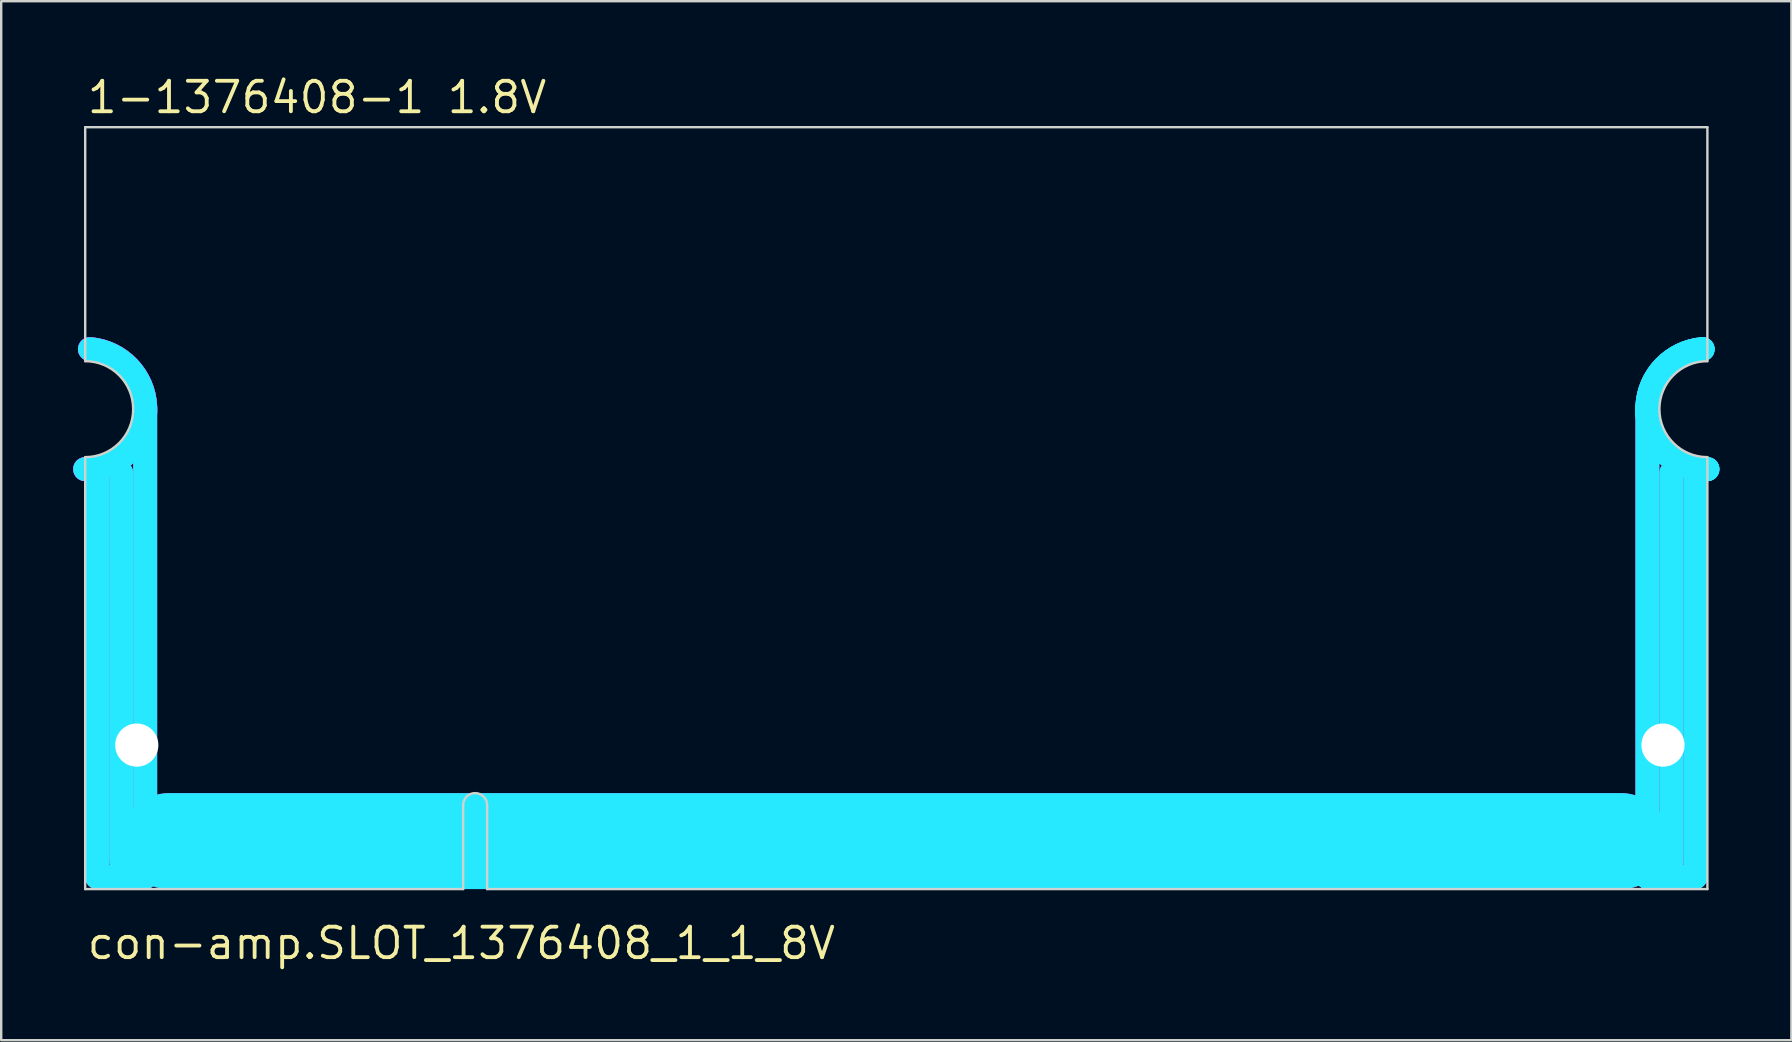
<source format=kicad_pcb>
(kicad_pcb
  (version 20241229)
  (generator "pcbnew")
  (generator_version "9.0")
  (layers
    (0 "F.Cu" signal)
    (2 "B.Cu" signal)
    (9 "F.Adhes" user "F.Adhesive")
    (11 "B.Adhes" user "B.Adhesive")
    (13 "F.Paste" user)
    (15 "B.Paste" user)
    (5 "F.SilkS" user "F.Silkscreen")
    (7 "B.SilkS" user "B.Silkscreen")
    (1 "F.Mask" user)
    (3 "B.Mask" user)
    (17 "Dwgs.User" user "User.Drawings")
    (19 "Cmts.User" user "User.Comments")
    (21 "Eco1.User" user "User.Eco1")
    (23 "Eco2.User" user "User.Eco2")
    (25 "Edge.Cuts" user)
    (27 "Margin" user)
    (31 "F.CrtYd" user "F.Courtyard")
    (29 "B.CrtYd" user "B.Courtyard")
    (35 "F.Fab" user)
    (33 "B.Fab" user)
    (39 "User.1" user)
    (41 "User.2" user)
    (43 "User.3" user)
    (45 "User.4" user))
  (footprint "con-amp.SLOT_1376408_1_1_8V"
    (layer "F.Cu")
    (at 0.5 34)
    (property "Reference" "con-amp.SLOT_1376408_1_1_8V" (at 0 3 0) (layer "F.SilkS") (effects (font (size 1.27 1.27) (thickness 0.16)) (justify left bottom)))
    (attr smd)
    (fp_line (start 1.5 1.25) (end 66.75 1.25) (stroke (width 0.4) (type default)) (layer "F.Mask"))
    (fp_line (start 2.15 -2.35) (end 2.15 1.15) (stroke (width 0.45) (type default)) (layer "F.Mask"))
    (fp_line (start 2.75 -2.35) (end 2.75 1.15) (stroke (width 0.45) (type default)) (layer "F.Mask"))
    (fp_line (start 3.35 -2.35) (end 3.35 1.15) (stroke (width 0.45) (type default)) (layer "F.Mask"))
    (fp_line (start 3.95 -2.35) (end 3.95 1.15) (stroke (width 0.45) (type default)) (layer "F.Mask"))
    (fp_line (start 4.55 -2.35) (end 4.55 1.15) (stroke (width 0.45) (type default)) (layer "F.Mask"))
    (fp_line (start 5.15 -2.35) (end 5.15 1.15) (stroke (width 0.45) (type default)) (layer "F.Mask"))
    (fp_line (start 5.75 -2.35) (end 5.75 1.15) (stroke (width 0.45) (type default)) (layer "F.Mask"))
    (fp_line (start 6.35 -2.35) (end 6.35 1.15) (stroke (width 0.45) (type default)) (layer "F.Mask"))
    (fp_line (start 6.95 -2.35) (end 6.95 1.15) (stroke (width 0.45) (type default)) (layer "F.Mask"))
    (fp_line (start 7.55 -2.35) (end 7.55 1.15) (stroke (width 0.45) (type default)) (layer "F.Mask"))
    (fp_line (start 8.15 -2.35) (end 8.15 1.15) (stroke (width 0.45) (type default)) (layer "F.Mask"))
    (fp_line (start 8.75 -2.35) (end 8.75 1.15) (stroke (width 0.45) (type default)) (layer "F.Mask"))
    (fp_line (start 9.35 -2.35) (end 9.35 1.15) (stroke (width 0.45) (type default)) (layer "F.Mask"))
    (fp_line (start 9.95 -2.35) (end 9.95 1.15) (stroke (width 0.45) (type default)) (layer "F.Mask"))
    (fp_line (start 10.55 -2.35) (end 10.55 1.15) (stroke (width 0.45) (type default)) (layer "F.Mask"))
    (fp_line (start 11.15 -2.35) (end 11.15 1.15) (stroke (width 0.45) (type default)) (layer "F.Mask"))
    (fp_line (start 11.75 -2.35) (end 11.75 1.15) (stroke (width 0.45) (type default)) (layer "F.Mask"))
    (fp_line (start 12.35 -2.35) (end 12.35 1.15) (stroke (width 0.45) (type default)) (layer "F.Mask"))
    (fp_line (start 12.95 -2.35) (end 12.95 1.15) (stroke (width 0.45) (type default)) (layer "F.Mask"))
    (fp_line (start 13.55 -2.35) (end 13.55 1.15) (stroke (width 0.45) (type default)) (layer "F.Mask"))
    (fp_line (start 17.75 -2.35) (end 17.75 1.15) (stroke (width 0.45) (type default)) (layer "F.Mask"))
    (fp_line (start 18.35 -2.35) (end 18.35 1.15) (stroke (width 0.45) (type default)) (layer "F.Mask"))
    (fp_line (start 18.95 -2.35) (end 18.95 1.15) (stroke (width 0.45) (type default)) (layer "F.Mask"))
    (fp_line (start 19.55 -2.35) (end 19.55 1.15) (stroke (width 0.45) (type default)) (layer "F.Mask"))
    (fp_line (start 20.15 -2.35) (end 20.15 1.15) (stroke (width 0.45) (type default)) (layer "F.Mask"))
    (fp_line (start 20.75 -2.35) (end 20.75 1.15) (stroke (width 0.45) (type default)) (layer "F.Mask"))
    (fp_line (start 21.35 -2.35) (end 21.35 1.15) (stroke (width 0.45) (type default)) (layer "F.Mask"))
    (fp_line (start 21.95 -2.35) (end 21.95 1.15) (stroke (width 0.45) (type default)) (layer "F.Mask"))
    (fp_line (start 22.55 -2.35) (end 22.55 1.15) (stroke (width 0.45) (type default)) (layer "F.Mask"))
    (fp_line (start 23.15 -2.35) (end 23.15 1.15) (stroke (width 0.45) (type default)) (layer "F.Mask"))
    (fp_line (start 23.75 -2.35) (end 23.75 1.15) (stroke (width 0.45) (type default)) (layer "F.Mask"))
    (fp_line (start 24.35 -2.35) (end 24.35 1.15) (stroke (width 0.45) (type default)) (layer "F.Mask"))
    (fp_line (start 24.95 -2.35) (end 24.95 1.15) (stroke (width 0.45) (type default)) (layer "F.Mask"))
    (fp_line (start 25.55 -2.35) (end 25.55 1.15) (stroke (width 0.45) (type default)) (layer "F.Mask"))
    (fp_line (start 26.15 -2.35) (end 26.15 1.15) (stroke (width 0.45) (type default)) (layer "F.Mask"))
    (fp_line (start 26.75 -2.35) (end 26.75 1.15) (stroke (width 0.45) (type default)) (layer "F.Mask"))
    (fp_line (start 27.35 -2.35) (end 27.35 1.15) (stroke (width 0.45) (type default)) (layer "F.Mask"))
    (fp_line (start 27.95 -2.35) (end 27.95 1.15) (stroke (width 0.45) (type default)) (layer "F.Mask"))
    (fp_line (start 28.55 -2.35) (end 28.55 1.15) (stroke (width 0.45) (type default)) (layer "F.Mask"))
    (fp_line (start 29.15 -2.35) (end 29.15 1.15) (stroke (width 0.45) (type default)) (layer "F.Mask"))
    (fp_line (start 29.75 -2.35) (end 29.75 1.15) (stroke (width 0.45) (type default)) (layer "F.Mask"))
    (fp_line (start 30.35 -2.35) (end 30.35 1.15) (stroke (width 0.45) (type default)) (layer "F.Mask"))
    (fp_line (start 30.95 -2.35) (end 30.95 1.15) (stroke (width 0.45) (type default)) (layer "F.Mask"))
    (fp_line (start 31.55 -2.35) (end 31.55 1.15) (stroke (width 0.45) (type default)) (layer "F.Mask"))
    (fp_line (start 32.15 -2.35) (end 32.15 1.15) (stroke (width 0.45) (type default)) (layer "F.Mask"))
    (fp_line (start 32.75 -2.35) (end 32.75 1.15) (stroke (width 0.45) (type default)) (layer "F.Mask"))
    (fp_line (start 33.35 -2.35) (end 33.35 1.15) (stroke (width 0.45) (type default)) (layer "F.Mask"))
    (fp_line (start 33.95 -2.35) (end 33.95 1.15) (stroke (width 0.45) (type default)) (layer "F.Mask"))
    (fp_line (start 34.55 -2.35) (end 34.55 1.15) (stroke (width 0.45) (type default)) (layer "F.Mask"))
    (fp_line (start 35.15 -2.35) (end 35.15 1.15) (stroke (width 0.45) (type default)) (layer "F.Mask"))
    (fp_line (start 35.75 -2.35) (end 35.75 1.15) (stroke (width 0.45) (type default)) (layer "F.Mask"))
    (fp_line (start 36.35 -2.35) (end 36.35 1.15) (stroke (width 0.45) (type default)) (layer "F.Mask"))
    (fp_line (start 36.95 -2.35) (end 36.95 1.15) (stroke (width 0.45) (type default)) (layer "F.Mask"))
    (fp_line (start 37.55 -2.35) (end 37.55 1.15) (stroke (width 0.45) (type default)) (layer "F.Mask"))
    (fp_line (start 38.15 -2.35) (end 38.15 1.15) (stroke (width 0.45) (type default)) (layer "F.Mask"))
    (fp_line (start 38.75 -2.35) (end 38.75 1.15) (stroke (width 0.45) (type default)) (layer "F.Mask"))
    (fp_line (start 39.35 -2.35) (end 39.35 1.15) (stroke (width 0.45) (type default)) (layer "F.Mask"))
    (fp_line (start 39.95 -2.35) (end 39.95 1.15) (stroke (width 0.45) (type default)) (layer "F.Mask"))
    (fp_line (start 40.55 -2.35) (end 40.55 1.15) (stroke (width 0.45) (type default)) (layer "F.Mask"))
    (fp_line (start 41.15 -2.35) (end 41.15 1.15) (stroke (width 0.45) (type default)) (layer "F.Mask"))
    (fp_line (start 41.75 -2.35) (end 41.75 1.15) (stroke (width 0.45) (type default)) (layer "F.Mask"))
    (fp_line (start 42.35 -2.35) (end 42.35 1.15) (stroke (width 0.45) (type default)) (layer "F.Mask"))
    (fp_line (start 42.95 -2.35) (end 42.95 1.15) (stroke (width 0.45) (type default)) (layer "F.Mask"))
    (fp_line (start 43.55 -2.35) (end 43.55 1.15) (stroke (width 0.45) (type default)) (layer "F.Mask"))
    (fp_line (start 44.15 -2.35) (end 44.15 1.15) (stroke (width 0.45) (type default)) (layer "F.Mask"))
    (fp_line (start 44.75 -2.35) (end 44.75 1.15) (stroke (width 0.45) (type default)) (layer "F.Mask"))
    (fp_line (start 45.35 -2.35) (end 45.35 1.15) (stroke (width 0.45) (type default)) (layer "F.Mask"))
    (fp_line (start 45.95 -2.35) (end 45.95 1.15) (stroke (width 0.45) (type default)) (layer "F.Mask"))
    (fp_line (start 46.55 -2.35) (end 46.55 1.15) (stroke (width 0.45) (type default)) (layer "F.Mask"))
    (fp_line (start 47.15 -2.35) (end 47.15 1.15) (stroke (width 0.45) (type default)) (layer "F.Mask"))
    (fp_line (start 47.75 -2.35) (end 47.75 1.15) (stroke (width 0.45) (type default)) (layer "F.Mask"))
    (fp_line (start 48.35 -2.35) (end 48.35 1.15) (stroke (width 0.45) (type default)) (layer "F.Mask"))
    (fp_line (start 48.95 -2.35) (end 48.95 1.15) (stroke (width 0.45) (type default)) (layer "F.Mask"))
    (fp_line (start 49.55 -2.35) (end 49.55 1.15) (stroke (width 0.45) (type default)) (layer "F.Mask"))
    (fp_line (start 50.15 -2.35) (end 50.15 1.15) (stroke (width 0.45) (type default)) (layer "F.Mask"))
    (fp_line (start 50.75 -2.35) (end 50.75 1.15) (stroke (width 0.45) (type default)) (layer "F.Mask"))
    (fp_line (start 51.35 -2.35) (end 51.35 1.15) (stroke (width 0.45) (type default)) (layer "F.Mask"))
    (fp_line (start 51.95 -2.35) (end 51.95 1.15) (stroke (width 0.45) (type default)) (layer "F.Mask"))
    (fp_line (start 52.55 -2.35) (end 52.55 1.15) (stroke (width 0.45) (type default)) (layer "F.Mask"))
    (fp_line (start 53.15 -2.35) (end 53.15 1.15) (stroke (width 0.45) (type default)) (layer "F.Mask"))
    (fp_line (start 53.75 -2.35) (end 53.75 1.15) (stroke (width 0.45) (type default)) (layer "F.Mask"))
    (fp_line (start 54.35 -2.35) (end 54.35 1.15) (stroke (width 0.45) (type default)) (layer "F.Mask"))
    (fp_line (start 54.95 -2.35) (end 54.95 1.15) (stroke (width 0.45) (type default)) (layer "F.Mask"))
    (fp_line (start 55.55 -2.35) (end 55.55 1.15) (stroke (width 0.45) (type default)) (layer "F.Mask"))
    (fp_line (start 56.15 -2.35) (end 56.15 1.15) (stroke (width 0.45) (type default)) (layer "F.Mask"))
    (fp_line (start 56.75 -2.35) (end 56.75 1.15) (stroke (width 0.45) (type default)) (layer "F.Mask"))
    (fp_line (start 57.35 -2.35) (end 57.35 1.15) (stroke (width 0.45) (type default)) (layer "F.Mask"))
    (fp_line (start 57.95 -2.35) (end 57.95 1.15) (stroke (width 0.45) (type default)) (layer "F.Mask"))
    (fp_line (start 58.55 -2.35) (end 58.55 1.15) (stroke (width 0.45) (type default)) (layer "F.Mask"))
    (fp_line (start 59.15 -2.35) (end 59.15 1.15) (stroke (width 0.45) (type default)) (layer "F.Mask"))
    (fp_line (start 59.75 -2.35) (end 59.75 1.15) (stroke (width 0.45) (type default)) (layer "F.Mask"))
    (fp_line (start 60.35 -2.35) (end 60.35 1.15) (stroke (width 0.45) (type default)) (layer "F.Mask"))
    (fp_line (start 60.95 -2.35) (end 60.95 1.15) (stroke (width 0.45) (type default)) (layer "F.Mask"))
    (fp_line (start 61.55 -2.35) (end 61.55 1.15) (stroke (width 0.45) (type default)) (layer "F.Mask"))
    (fp_line (start 62.15 -2.35) (end 62.15 1.15) (stroke (width 0.45) (type default)) (layer "F.Mask"))
    (fp_line (start 62.75 -2.35) (end 62.75 1.15) (stroke (width 0.45) (type default)) (layer "F.Mask"))
    (fp_line (start 63.35 -2.35) (end 63.35 1.15) (stroke (width 0.45) (type default)) (layer "F.Mask"))
    (fp_line (start 63.95 -2.35) (end 63.95 1.15) (stroke (width 0.45) (type default)) (layer "F.Mask"))
    (fp_line (start 64.55 -2.35) (end 64.55 1.15) (stroke (width 0.45) (type default)) (layer "F.Mask"))
    (fp_line (start 65.15 -2.35) (end 65.15 1.15) (stroke (width 0.45) (type default)) (layer "F.Mask"))
    (fp_line (start 2.15 1.15) (end 2.15 -2.35) (stroke (width 0.45) (type default)) (layer "B.Mask"))
    (fp_line (start 2.75 1.15) (end 2.75 -2.35) (stroke (width 0.45) (type default)) (layer "B.Mask"))
    (fp_line (start 3.35 1.15) (end 3.35 -2.35) (stroke (width 0.45) (type default)) (layer "B.Mask"))
    (fp_line (start 3.95 1.15) (end 3.95 -2.35) (stroke (width 0.45) (type default)) (layer "B.Mask"))
    (fp_line (start 4.55 1.15) (end 4.55 -2.35) (stroke (width 0.45) (type default)) (layer "B.Mask"))
    (fp_line (start 5.15 1.15) (end 5.15 -2.35) (stroke (width 0.45) (type default)) (layer "B.Mask"))
    (fp_line (start 5.75 1.15) (end 5.75 -2.35) (stroke (width 0.45) (type default)) (layer "B.Mask"))
    (fp_line (start 6.35 1.15) (end 6.35 -2.35) (stroke (width 0.45) (type default)) (layer "B.Mask"))
    (fp_line (start 6.95 1.15) (end 6.95 -2.35) (stroke (width 0.45) (type default)) (layer "B.Mask"))
    (fp_line (start 7.55 1.15) (end 7.55 -2.35) (stroke (width 0.45) (type default)) (layer "B.Mask"))
    (fp_line (start 8.15 1.15) (end 8.15 -2.35) (stroke (width 0.45) (type default)) (layer "B.Mask"))
    (fp_line (start 8.75 1.15) (end 8.75 -2.35) (stroke (width 0.45) (type default)) (layer "B.Mask"))
    (fp_line (start 9.35 1.15) (end 9.35 -2.35) (stroke (width 0.45) (type default)) (layer "B.Mask"))
    (fp_line (start 9.95 1.15) (end 9.95 -2.35) (stroke (width 0.45) (type default)) (layer "B.Mask"))
    (fp_line (start 10.55 1.15) (end 10.55 -2.35) (stroke (width 0.45) (type default)) (layer "B.Mask"))
    (fp_line (start 11.15 1.15) (end 11.15 -2.35) (stroke (width 0.45) (type default)) (layer "B.Mask"))
    (fp_line (start 11.75 1.15) (end 11.75 -2.35) (stroke (width 0.45) (type default)) (layer "B.Mask"))
    (fp_line (start 12.35 1.15) (end 12.35 -2.35) (stroke (width 0.45) (type default)) (layer "B.Mask"))
    (fp_line (start 12.95 1.15) (end 12.95 -2.35) (stroke (width 0.45) (type default)) (layer "B.Mask"))
    (fp_line (start 13.55 1.15) (end 13.55 -2.35) (stroke (width 0.45) (type default)) (layer "B.Mask"))
    (fp_line (start 17.75 1.15) (end 17.75 -2.35) (stroke (width 0.45) (type default)) (layer "B.Mask"))
    (fp_line (start 18.35 1.15) (end 18.35 -2.35) (stroke (width 0.45) (type default)) (layer "B.Mask"))
    (fp_line (start 18.95 1.15) (end 18.95 -2.35) (stroke (width 0.45) (type default)) (layer "B.Mask"))
    (fp_line (start 19.55 1.15) (end 19.55 -2.35) (stroke (width 0.45) (type default)) (layer "B.Mask"))
    (fp_line (start 20.15 1.15) (end 20.15 -2.35) (stroke (width 0.45) (type default)) (layer "B.Mask"))
    (fp_line (start 20.75 1.15) (end 20.75 -2.35) (stroke (width 0.45) (type default)) (layer "B.Mask"))
    (fp_line (start 21.35 1.15) (end 21.35 -2.35) (stroke (width 0.45) (type default)) (layer "B.Mask"))
    (fp_line (start 21.95 1.15) (end 21.95 -2.35) (stroke (width 0.45) (type default)) (layer "B.Mask"))
    (fp_line (start 22.55 1.15) (end 22.55 -2.35) (stroke (width 0.45) (type default)) (layer "B.Mask"))
    (fp_line (start 23.15 1.15) (end 23.15 -2.35) (stroke (width 0.45) (type default)) (layer "B.Mask"))
    (fp_line (start 23.75 1.15) (end 23.75 -2.35) (stroke (width 0.45) (type default)) (layer "B.Mask"))
    (fp_line (start 24.35 1.15) (end 24.35 -2.35) (stroke (width 0.45) (type default)) (layer "B.Mask"))
    (fp_line (start 24.95 1.15) (end 24.95 -2.35) (stroke (width 0.45) (type default)) (layer "B.Mask"))
    (fp_line (start 25.55 1.15) (end 25.55 -2.35) (stroke (width 0.45) (type default)) (layer "B.Mask"))
    (fp_line (start 26.15 1.15) (end 26.15 -2.35) (stroke (width 0.45) (type default)) (layer "B.Mask"))
    (fp_line (start 26.75 1.15) (end 26.75 -2.35) (stroke (width 0.45) (type default)) (layer "B.Mask"))
    (fp_line (start 27.35 1.15) (end 27.35 -2.35) (stroke (width 0.45) (type default)) (layer "B.Mask"))
    (fp_line (start 27.95 1.15) (end 27.95 -2.35) (stroke (width 0.45) (type default)) (layer "B.Mask"))
    (fp_line (start 28.55 1.15) (end 28.55 -2.35) (stroke (width 0.45) (type default)) (layer "B.Mask"))
    (fp_line (start 29.15 1.15) (end 29.15 -2.35) (stroke (width 0.45) (type default)) (layer "B.Mask"))
    (fp_line (start 29.75 1.15) (end 29.75 -2.35) (stroke (width 0.45) (type default)) (layer "B.Mask"))
    (fp_line (start 30.35 1.15) (end 30.35 -2.35) (stroke (width 0.45) (type default)) (layer "B.Mask"))
    (fp_line (start 30.95 1.15) (end 30.95 -2.35) (stroke (width 0.45) (type default)) (layer "B.Mask"))
    (fp_line (start 31.55 1.15) (end 31.55 -2.35) (stroke (width 0.45) (type default)) (layer "B.Mask"))
    (fp_line (start 32.15 1.15) (end 32.15 -2.35) (stroke (width 0.45) (type default)) (layer "B.Mask"))
    (fp_line (start 32.75 1.15) (end 32.75 -2.35) (stroke (width 0.45) (type default)) (layer "B.Mask"))
    (fp_line (start 33.35 1.15) (end 33.35 -2.35) (stroke (width 0.45) (type default)) (layer "B.Mask"))
    (fp_line (start 33.95 1.15) (end 33.95 -2.35) (stroke (width 0.45) (type default)) (layer "B.Mask"))
    (fp_line (start 34.55 1.15) (end 34.55 -2.35) (stroke (width 0.45) (type default)) (layer "B.Mask"))
    (fp_line (start 35.15 1.15) (end 35.15 -2.35) (stroke (width 0.45) (type default)) (layer "B.Mask"))
    (fp_line (start 35.75 1.15) (end 35.75 -2.35) (stroke (width 0.45) (type default)) (layer "B.Mask"))
    (fp_line (start 36.35 1.15) (end 36.35 -2.35) (stroke (width 0.45) (type default)) (layer "B.Mask"))
    (fp_line (start 36.95 1.15) (end 36.95 -2.35) (stroke (width 0.45) (type default)) (layer "B.Mask"))
    (fp_line (start 37.55 1.15) (end 37.55 -2.35) (stroke (width 0.45) (type default)) (layer "B.Mask"))
    (fp_line (start 38.15 1.15) (end 38.15 -2.35) (stroke (width 0.45) (type default)) (layer "B.Mask"))
    (fp_line (start 38.75 1.15) (end 38.75 -2.35) (stroke (width 0.45) (type default)) (layer "B.Mask"))
    (fp_line (start 39.35 1.15) (end 39.35 -2.35) (stroke (width 0.45) (type default)) (layer "B.Mask"))
    (fp_line (start 39.95 1.15) (end 39.95 -2.35) (stroke (width 0.45) (type default)) (layer "B.Mask"))
    (fp_line (start 40.55 1.15) (end 40.55 -2.35) (stroke (width 0.45) (type default)) (layer "B.Mask"))
    (fp_line (start 41.15 1.15) (end 41.15 -2.35) (stroke (width 0.45) (type default)) (layer "B.Mask"))
    (fp_line (start 41.75 1.15) (end 41.75 -2.35) (stroke (width 0.45) (type default)) (layer "B.Mask"))
    (fp_line (start 42.35 1.15) (end 42.35 -2.35) (stroke (width 0.45) (type default)) (layer "B.Mask"))
    (fp_line (start 42.95 1.15) (end 42.95 -2.35) (stroke (width 0.45) (type default)) (layer "B.Mask"))
    (fp_line (start 43.55 1.15) (end 43.55 -2.35) (stroke (width 0.45) (type default)) (layer "B.Mask"))
    (fp_line (start 44.15 1.15) (end 44.15 -2.35) (stroke (width 0.45) (type default)) (layer "B.Mask"))
    (fp_line (start 44.75 1.15) (end 44.75 -2.35) (stroke (width 0.45) (type default)) (layer "B.Mask"))
    (fp_line (start 45.35 1.15) (end 45.35 -2.35) (stroke (width 0.45) (type default)) (layer "B.Mask"))
    (fp_line (start 45.95 1.15) (end 45.95 -2.35) (stroke (width 0.45) (type default)) (layer "B.Mask"))
    (fp_line (start 46.55 1.15) (end 46.55 -2.35) (stroke (width 0.45) (type default)) (layer "B.Mask"))
    (fp_line (start 47.15 1.15) (end 47.15 -2.35) (stroke (width 0.45) (type default)) (layer "B.Mask"))
    (fp_line (start 47.75 1.15) (end 47.75 -2.35) (stroke (width 0.45) (type default)) (layer "B.Mask"))
    (fp_line (start 48.35 1.15) (end 48.35 -2.35) (stroke (width 0.45) (type default)) (layer "B.Mask"))
    (fp_line (start 48.95 1.15) (end 48.95 -2.35) (stroke (width 0.45) (type default)) (layer "B.Mask"))
    (fp_line (start 49.55 1.15) (end 49.55 -2.35) (stroke (width 0.45) (type default)) (layer "B.Mask"))
    (fp_line (start 50.15 1.15) (end 50.15 -2.35) (stroke (width 0.45) (type default)) (layer "B.Mask"))
    (fp_line (start 50.75 1.15) (end 50.75 -2.35) (stroke (width 0.45) (type default)) (layer "B.Mask"))
    (fp_line (start 51.35 1.15) (end 51.35 -2.35) (stroke (width 0.45) (type default)) (layer "B.Mask"))
    (fp_line (start 51.95 1.15) (end 51.95 -2.35) (stroke (width 0.45) (type default)) (layer "B.Mask"))
    (fp_line (start 52.55 1.15) (end 52.55 -2.35) (stroke (width 0.45) (type default)) (layer "B.Mask"))
    (fp_line (start 53.15 1.15) (end 53.15 -2.35) (stroke (width 0.45) (type default)) (layer "B.Mask"))
    (fp_line (start 53.75 1.15) (end 53.75 -2.35) (stroke (width 0.45) (type default)) (layer "B.Mask"))
    (fp_line (start 54.35 1.15) (end 54.35 -2.35) (stroke (width 0.45) (type default)) (layer "B.Mask"))
    (fp_line (start 54.95 1.15) (end 54.95 -2.35) (stroke (width 0.45) (type default)) (layer "B.Mask"))
    (fp_line (start 55.55 1.15) (end 55.55 -2.35) (stroke (width 0.45) (type default)) (layer "B.Mask"))
    (fp_line (start 56.15 1.15) (end 56.15 -2.35) (stroke (width 0.45) (type default)) (layer "B.Mask"))
    (fp_line (start 56.75 1.15) (end 56.75 -2.35) (stroke (width 0.45) (type default)) (layer "B.Mask"))
    (fp_line (start 57.35 1.15) (end 57.35 -2.35) (stroke (width 0.45) (type default)) (layer "B.Mask"))
    (fp_line (start 57.95 1.15) (end 57.95 -2.35) (stroke (width 0.45) (type default)) (layer "B.Mask"))
    (fp_line (start 58.55 1.15) (end 58.55 -2.35) (stroke (width 0.45) (type default)) (layer "B.Mask"))
    (fp_line (start 59.15 1.15) (end 59.15 -2.35) (stroke (width 0.45) (type default)) (layer "B.Mask"))
    (fp_line (start 59.75 1.15) (end 59.75 -2.35) (stroke (width 0.45) (type default)) (layer "B.Mask"))
    (fp_line (start 60.35 1.15) (end 60.35 -2.35) (stroke (width 0.45) (type default)) (layer "B.Mask"))
    (fp_line (start 60.95 1.15) (end 60.95 -2.35) (stroke (width 0.45) (type default)) (layer "B.Mask"))
    (fp_line (start 61.55 1.15) (end 61.55 -2.35) (stroke (width 0.45) (type default)) (layer "B.Mask"))
    (fp_line (start 62.15 1.15) (end 62.15 -2.35) (stroke (width 0.45) (type default)) (layer "B.Mask"))
    (fp_line (start 62.75 1.15) (end 62.75 -2.35) (stroke (width 0.45) (type default)) (layer "B.Mask"))
    (fp_line (start 63.35 1.15) (end 63.35 -2.35) (stroke (width 0.45) (type default)) (layer "B.Mask"))
    (fp_line (start 63.95 1.15) (end 63.95 -2.35) (stroke (width 0.45) (type default)) (layer "B.Mask"))
    (fp_line (start 64.55 1.15) (end 64.55 -2.35) (stroke (width 0.45) (type default)) (layer "B.Mask"))
    (fp_line (start 65.15 1.15) (end 65.15 -2.35) (stroke (width 0.45) (type default)) (layer "B.Mask"))
    (fp_line (start 66.75 1.25) (end 1.5 1.25) (stroke (width 0.4) (type default)) (layer "B.Mask"))
    (fp_line (start 0 -31.75) (end 0 -22) (stroke (width 0.1) (type default)) (layer "Edge.Cuts"))
    (fp_line (start 0 -31.75) (end 67.6 -31.75) (stroke (width 0.1) (type default)) (layer "Edge.Cuts"))
    (fp_line (start 0 -18) (end 0 0) (stroke (width 0.1) (type default)) (layer "Edge.Cuts"))
    (fp_line (start 15.75 0) (end 0 0) (stroke (width 0.1) (type default)) (layer "Edge.Cuts"))
    (fp_line (start 15.75 0) (end 15.75 -3.5) (stroke (width 0.1) (type default)) (layer "Edge.Cuts"))
    (fp_line (start 16.75 0) (end 16.75 -3.5) (stroke (width 0.1) (type default)) (layer "Edge.Cuts"))
    (fp_line (start 16.75 0) (end 67.6 0) (stroke (width 0.1) (type default)) (layer "Edge.Cuts"))
    (fp_line (start 67.6 -22) (end 67.6 -31.75) (stroke (width 0.1) (type default)) (layer "Edge.Cuts"))
    (fp_line (start 67.6 0) (end 67.6 -18) (stroke (width 0.1) (type default)) (layer "Edge.Cuts"))
    (fp_arc (start 0 -22) (mid 2 -20) (end 0 -18) (stroke (width 0.1) (type default)) (layer "Edge.Cuts"))
    (fp_arc (start 15.75 -3.5) (mid 16.25 -4) (end 16.75 -3.5) (stroke (width 0.1) (type default)) (layer "Edge.Cuts"))
    (fp_arc (start 67.6 -18) (mid 65.6 -20) (end 67.6 -22) (stroke (width 0.1) (type default)) (layer "Edge.Cuts"))
    (fp_line (start 0.5 -0.5) (end 0.5 -17.55) (stroke (width 1) (type default)) (layer "B.CrtYd"))
    (fp_line (start 1.5 -17.35) (end 1.5 -1.15) (stroke (width 1) (type default)) (layer "B.CrtYd"))
    (fp_line (start 2.5 -20) (end 2.5 -0.5) (stroke (width 1) (type default)) (layer "B.CrtYd"))
    (fp_line (start 2.5 -0.5) (end 0.5 -0.5) (stroke (width 1) (type default)) (layer "B.CrtYd"))
    (fp_line (start 64 -2) (end 3.5 -2) (stroke (width 4) (type default)) (layer "B.CrtYd"))
    (fp_line (start 65.1 -20) (end 65.1 -0.5) (stroke (width 1) (type default)) (layer "B.CrtYd"))
    (fp_line (start 65.1 -0.5) (end 67.1 -0.5) (stroke (width 1) (type default)) (layer "B.CrtYd"))
    (fp_line (start 66.1 -17.35) (end 66.1 -1.15) (stroke (width 1) (type default)) (layer "B.CrtYd"))
    (fp_line (start 67.1 -0.5) (end 67.1 -17.55) (stroke (width 1) (type default)) (layer "B.CrtYd"))
    (fp_arc (start 0.2 -22.5) (mid 1.802154 -21.733314) (end 2.5 -20.1) (stroke (width 1) (type default)) (layer "B.CrtYd"))
    (fp_arc (start 2.5 -20) (mid 1.7795 -18.2205) (end 0 -17.5) (stroke (width 1) (type default)) (layer "B.CrtYd"))
    (fp_arc (start 65.1 -20.1) (mid 65.797846 -21.733314) (end 67.4 -22.5) (stroke (width 1) (type default)) (layer "B.CrtYd"))
    (fp_arc (start 65.1 -20.1) (mid 65.797846 -21.733314) (end 67.4 -22.5) (stroke (width 1) (type default)) (layer "B.CrtYd"))
    (fp_arc (start 65.1 -20.1) (mid 65.797846 -21.733314) (end 67.4 -22.5) (stroke (width 1) (type default)) (layer "B.CrtYd"))
    (fp_arc (start 67.6 -17.5) (mid 65.8205 -18.2205) (end 65.1 -20) (stroke (width 1) (type default)) (layer "B.CrtYd"))
    (fp_arc (start 67.6 -17.5) (mid 65.8205 -18.2205) (end 65.1 -20) (stroke (width 1) (type default)) (layer "B.CrtYd"))
    (fp_arc (start 67.6 -17.5) (mid 65.8205 -18.2205) (end 65.1 -20) (stroke (width 1) (type default)) (layer "B.CrtYd"))
    (fp_line (start 0.5 -0.5) (end 0.5 -17.55) (stroke (width 1) (type default)) (layer "F.CrtYd"))
    (fp_line (start 1.5 -17.35) (end 1.5 -1.15) (stroke (width 1) (type default)) (layer "F.CrtYd"))
    (fp_line (start 2.5 -20) (end 2.5 -0.5) (stroke (width 1) (type default)) (layer "F.CrtYd"))
    (fp_line (start 2.5 -0.5) (end 0.5 -0.5) (stroke (width 1) (type default)) (layer "F.CrtYd"))
    (fp_line (start 3.5 -2) (end 64 -2) (stroke (width 4) (type default)) (layer "F.CrtYd"))
    (fp_line (start 65.1 -20) (end 65.1 -0.5) (stroke (width 1) (type default)) (layer "F.CrtYd"))
    (fp_line (start 65.1 -0.5) (end 67.1 -0.5) (stroke (width 1) (type default)) (layer "F.CrtYd"))
    (fp_line (start 66.1 -17.35) (end 66.1 -1.15) (stroke (width 1) (type default)) (layer "F.CrtYd"))
    (fp_line (start 67.1 -0.5) (end 67.1 -17.55) (stroke (width 1) (type default)) (layer "F.CrtYd"))
    (fp_arc (start 0.2 -22.5) (mid 1.802154 -21.733314) (end 2.5 -20.1) (stroke (width 1) (type default)) (layer "F.CrtYd"))
    (fp_arc (start 0.2 -22.5) (mid 1.802154 -21.733314) (end 2.5 -20.1) (stroke (width 1) (type default)) (layer "F.CrtYd"))
    (fp_arc (start 0.2 -22.5) (mid 1.802154 -21.733314) (end 2.5 -20.1) (stroke (width 1) (type default)) (layer "F.CrtYd"))
    (fp_arc (start 2.5 -20) (mid 1.7795 -18.2205) (end 0 -17.5) (stroke (width 1) (type default)) (layer "F.CrtYd"))
    (fp_arc (start 2.5 -20) (mid 1.7795 -18.2205) (end 0 -17.5) (stroke (width 1) (type default)) (layer "F.CrtYd"))
    (fp_arc (start 2.5 -20) (mid 1.7795 -18.2205) (end 0 -17.5) (stroke (width 1) (type default)) (layer "F.CrtYd"))
    (fp_arc (start 65.1 -20.1) (mid 65.797846 -21.733314) (end 67.4 -22.5) (stroke (width 1) (type default)) (layer "F.CrtYd"))
    (fp_arc (start 67.6 -17.5) (mid 65.8205 -18.2205) (end 65.1 -20) (stroke (width 1) (type default)) (layer "F.CrtYd"))
    (fp_text user "1-1376408-1 1.8V" (at 0 -32.25 0) (layer "F.SilkS") (effects (font (size 1.27 1.27) (thickness 0.16)) (justify left bottom)))
    (pad "" np_thru_hole circle (at 2.15 -6) (size 1.8 1.8) (drill 1.8) (layers "*.Cu" "*.Mask"))
    (pad "" np_thru_hole circle (at 65.75 -6) (size 1.8 1.8) (drill 1.8) (layers "*.Cu" "*.Mask"))
    (pad "1" smd roundrect (at 2.15 -1.4) (size 0.45 2.3) (layers "F.Cu" "F.Mask" "F.Paste") (roundrect_rratio 0.01))
    (pad "2" smd roundrect (at 2.15 -1.4 180) (size 0.45 2.3) (layers "B.Cu" "B.Mask" "B.Paste") (roundrect_rratio 0.01))
    (pad "3" smd roundrect (at 2.75 -1.4) (size 0.45 2.3) (layers "F.Cu" "F.Mask" "F.Paste") (roundrect_rratio 0.01))
    (pad "4" smd roundrect (at 2.75 -1.4 180) (size 0.45 2.3) (layers "B.Cu" "B.Mask" "B.Paste") (roundrect_rratio 0.01))
    (pad "5" smd roundrect (at 3.35 -1.4) (size 0.45 2.3) (layers "F.Cu" "F.Mask" "F.Paste") (roundrect_rratio 0.01))
    (pad "6" smd roundrect (at 3.35 -1.4 180) (size 0.45 2.3) (layers "B.Cu" "B.Mask" "B.Paste") (roundrect_rratio 0.01))
    (pad "7" smd roundrect (at 3.95 -1.4) (size 0.45 2.3) (layers "F.Cu" "F.Mask" "F.Paste") (roundrect_rratio 0.01))
    (pad "8" smd roundrect (at 3.95 -1.4 180) (size 0.45 2.3) (layers "B.Cu" "B.Mask" "B.Paste") (roundrect_rratio 0.01))
    (pad "9" smd roundrect (at 4.55 -1.4) (size 0.45 2.3) (layers "F.Cu" "F.Mask" "F.Paste") (roundrect_rratio 0.01))
    (pad "10" smd roundrect (at 4.55 -1.4 180) (size 0.45 2.3) (layers "B.Cu" "B.Mask" "B.Paste") (roundrect_rratio 0.01))
    (pad "11" smd roundrect (at 5.15 -1.4) (size 0.45 2.3) (layers "F.Cu" "F.Mask" "F.Paste") (roundrect_rratio 0.01))
    (pad "12" smd roundrect (at 5.15 -1.4 180) (size 0.45 2.3) (layers "B.Cu" "B.Mask" "B.Paste") (roundrect_rratio 0.01))
    (pad "13" smd roundrect (at 5.75 -1.4) (size 0.45 2.3) (layers "F.Cu" "F.Mask" "F.Paste") (roundrect_rratio 0.01))
    (pad "14" smd roundrect (at 5.75 -1.4 180) (size 0.45 2.3) (layers "B.Cu" "B.Mask" "B.Paste") (roundrect_rratio 0.01))
    (pad "15" smd roundrect (at 6.35 -1.4) (size 0.45 2.3) (layers "F.Cu" "F.Mask" "F.Paste") (roundrect_rratio 0.01))
    (pad "16" smd roundrect (at 6.35 -1.4 180) (size 0.45 2.3) (layers "B.Cu" "B.Mask" "B.Paste") (roundrect_rratio 0.01))
    (pad "17" smd roundrect (at 6.95 -1.4) (size 0.45 2.3) (layers "F.Cu" "F.Mask" "F.Paste") (roundrect_rratio 0.01))
    (pad "18" smd roundrect (at 6.95 -1.4 180) (size 0.45 2.3) (layers "B.Cu" "B.Mask" "B.Paste") (roundrect_rratio 0.01))
    (pad "19" smd roundrect (at 7.55 -1.4) (size 0.45 2.3) (layers "F.Cu" "F.Mask" "F.Paste") (roundrect_rratio 0.01))
    (pad "20" smd roundrect (at 7.55 -1.4 180) (size 0.45 2.3) (layers "B.Cu" "B.Mask" "B.Paste") (roundrect_rratio 0.01))
    (pad "21" smd roundrect (at 8.15 -1.4) (size 0.45 2.3) (layers "F.Cu" "F.Mask" "F.Paste") (roundrect_rratio 0.01))
    (pad "22" smd roundrect (at 8.15 -1.4 180) (size 0.45 2.3) (layers "B.Cu" "B.Mask" "B.Paste") (roundrect_rratio 0.01))
    (pad "23" smd roundrect (at 8.75 -1.4) (size 0.45 2.3) (layers "F.Cu" "F.Mask" "F.Paste") (roundrect_rratio 0.01))
    (pad "24" smd roundrect (at 8.75 -1.4 180) (size 0.45 2.3) (layers "B.Cu" "B.Mask" "B.Paste") (roundrect_rratio 0.01))
    (pad "25" smd roundrect (at 9.35 -1.4) (size 0.45 2.3) (layers "F.Cu" "F.Mask" "F.Paste") (roundrect_rratio 0.01))
    (pad "26" smd roundrect (at 9.35 -1.4 180) (size 0.45 2.3) (layers "B.Cu" "B.Mask" "B.Paste") (roundrect_rratio 0.01))
    (pad "27" smd roundrect (at 9.95 -1.4) (size 0.45 2.3) (layers "F.Cu" "F.Mask" "F.Paste") (roundrect_rratio 0.01))
    (pad "28" smd roundrect (at 9.95 -1.4 180) (size 0.45 2.3) (layers "B.Cu" "B.Mask" "B.Paste") (roundrect_rratio 0.01))
    (pad "29" smd roundrect (at 10.55 -1.4) (size 0.45 2.3) (layers "F.Cu" "F.Mask" "F.Paste") (roundrect_rratio 0.01))
    (pad "30" smd roundrect (at 10.55 -1.4 180) (size 0.45 2.3) (layers "B.Cu" "B.Mask" "B.Paste") (roundrect_rratio 0.01))
    (pad "31" smd roundrect (at 11.15 -1.4) (size 0.45 2.3) (layers "F.Cu" "F.Mask" "F.Paste") (roundrect_rratio 0.01))
    (pad "32" smd roundrect (at 11.15 -1.4 180) (size 0.45 2.3) (layers "B.Cu" "B.Mask" "B.Paste") (roundrect_rratio 0.01))
    (pad "33" smd roundrect (at 11.75 -1.4) (size 0.45 2.3) (layers "F.Cu" "F.Mask" "F.Paste") (roundrect_rratio 0.01))
    (pad "34" smd roundrect (at 11.75 -1.4 180) (size 0.45 2.3) (layers "B.Cu" "B.Mask" "B.Paste") (roundrect_rratio 0.01))
    (pad "35" smd roundrect (at 12.35 -1.4) (size 0.45 2.3) (layers "F.Cu" "F.Mask" "F.Paste") (roundrect_rratio 0.01))
    (pad "36" smd roundrect (at 12.35 -1.4 180) (size 0.45 2.3) (layers "B.Cu" "B.Mask" "B.Paste") (roundrect_rratio 0.01))
    (pad "37" smd roundrect (at 12.95 -1.4) (size 0.45 2.3) (layers "F.Cu" "F.Mask" "F.Paste") (roundrect_rratio 0.01))
    (pad "38" smd roundrect (at 12.95 -1.4 180) (size 0.45 2.3) (layers "B.Cu" "B.Mask" "B.Paste") (roundrect_rratio 0.01))
    (pad "39" smd roundrect (at 13.55 -1.4) (size 0.45 2.3) (layers "F.Cu" "F.Mask" "F.Paste") (roundrect_rratio 0.01))
    (pad "40" smd roundrect (at 13.55 -1.4 180) (size 0.45 2.3) (layers "B.Cu" "B.Mask" "B.Paste") (roundrect_rratio 0.01))
    (pad "41" smd roundrect (at 17.75 -1.4) (size 0.45 2.3) (layers "F.Cu" "F.Mask" "F.Paste") (roundrect_rratio 0.01))
    (pad "42" smd roundrect (at 17.75 -1.4 180) (size 0.45 2.3) (layers "B.Cu" "B.Mask" "B.Paste") (roundrect_rratio 0.01))
    (pad "43" smd roundrect (at 18.35 -1.4) (size 0.45 2.3) (layers "F.Cu" "F.Mask" "F.Paste") (roundrect_rratio 0.01))
    (pad "44" smd roundrect (at 18.35 -1.4 180) (size 0.45 2.3) (layers "B.Cu" "B.Mask" "B.Paste") (roundrect_rratio 0.01))
    (pad "45" smd roundrect (at 18.95 -1.4) (size 0.45 2.3) (layers "F.Cu" "F.Mask" "F.Paste") (roundrect_rratio 0.01))
    (pad "46" smd roundrect (at 18.95 -1.4 180) (size 0.45 2.3) (layers "B.Cu" "B.Mask" "B.Paste") (roundrect_rratio 0.01))
    (pad "47" smd roundrect (at 19.55 -1.4) (size 0.45 2.3) (layers "F.Cu" "F.Mask" "F.Paste") (roundrect_rratio 0.01))
    (pad "48" smd roundrect (at 19.55 -1.4 180) (size 0.45 2.3) (layers "B.Cu" "B.Mask" "B.Paste") (roundrect_rratio 0.01))
    (pad "49" smd roundrect (at 20.15 -1.4) (size 0.45 2.3) (layers "F.Cu" "F.Mask" "F.Paste") (roundrect_rratio 0.01))
    (pad "50" smd roundrect (at 20.15 -1.4 180) (size 0.45 2.3) (layers "B.Cu" "B.Mask" "B.Paste") (roundrect_rratio 0.01))
    (pad "51" smd roundrect (at 20.75 -1.4) (size 0.45 2.3) (layers "F.Cu" "F.Mask" "F.Paste") (roundrect_rratio 0.01))
    (pad "52" smd roundrect (at 20.75 -1.4 180) (size 0.45 2.3) (layers "B.Cu" "B.Mask" "B.Paste") (roundrect_rratio 0.01))
    (pad "53" smd roundrect (at 21.35 -1.4) (size 0.45 2.3) (layers "F.Cu" "F.Mask" "F.Paste") (roundrect_rratio 0.01))
    (pad "54" smd roundrect (at 21.35 -1.4 180) (size 0.45 2.3) (layers "B.Cu" "B.Mask" "B.Paste") (roundrect_rratio 0.01))
    (pad "55" smd roundrect (at 21.95 -1.4) (size 0.45 2.3) (layers "F.Cu" "F.Mask" "F.Paste") (roundrect_rratio 0.01))
    (pad "56" smd roundrect (at 21.95 -1.4 180) (size 0.45 2.3) (layers "B.Cu" "B.Mask" "B.Paste") (roundrect_rratio 0.01))
    (pad "57" smd roundrect (at 22.55 -1.4) (size 0.45 2.3) (layers "F.Cu" "F.Mask" "F.Paste") (roundrect_rratio 0.01))
    (pad "58" smd roundrect (at 22.55 -1.4 180) (size 0.45 2.3) (layers "B.Cu" "B.Mask" "B.Paste") (roundrect_rratio 0.01))
    (pad "59" smd roundrect (at 23.15 -1.4) (size 0.45 2.3) (layers "F.Cu" "F.Mask" "F.Paste") (roundrect_rratio 0.01))
    (pad "60" smd roundrect (at 23.15 -1.4 180) (size 0.45 2.3) (layers "B.Cu" "B.Mask" "B.Paste") (roundrect_rratio 0.01))
    (pad "61" smd roundrect (at 23.75 -1.4) (size 0.45 2.3) (layers "F.Cu" "F.Mask" "F.Paste") (roundrect_rratio 0.01))
    (pad "62" smd roundrect (at 23.75 -1.4) (size 0.45 2.3) (layers "B.Cu" "B.Mask" "B.Paste") (roundrect_rratio 0.01))
    (pad "63" smd roundrect (at 24.35 -1.4) (size 0.45 2.3) (layers "F.Cu" "F.Mask" "F.Paste") (roundrect_rratio 0.01))
    (pad "64" smd roundrect (at 24.35 -1.4 180) (size 0.45 2.3) (layers "B.Cu" "B.Mask" "B.Paste") (roundrect_rratio 0.01))
    (pad "65" smd roundrect (at 24.95 -1.4) (size 0.45 2.3) (layers "F.Cu" "F.Mask" "F.Paste") (roundrect_rratio 0.01))
    (pad "66" smd roundrect (at 24.95 -1.4 180) (size 0.45 2.3) (layers "B.Cu" "B.Mask" "B.Paste") (roundrect_rratio 0.01))
    (pad "67" smd roundrect (at 25.55 -1.4) (size 0.45 2.3) (layers "F.Cu" "F.Mask" "F.Paste") (roundrect_rratio 0.01))
    (pad "68" smd roundrect (at 25.55 -1.4 180) (size 0.45 2.3) (layers "B.Cu" "B.Mask" "B.Paste") (roundrect_rratio 0.01))
    (pad "69" smd roundrect (at 26.15 -1.4) (size 0.45 2.3) (layers "F.Cu" "F.Mask" "F.Paste") (roundrect_rratio 0.01))
    (pad "70" smd roundrect (at 26.15 -1.4 180) (size 0.45 2.3) (layers "B.Cu" "B.Mask" "B.Paste") (roundrect_rratio 0.01))
    (pad "71" smd roundrect (at 26.75 -1.4) (size 0.45 2.3) (layers "F.Cu" "F.Mask" "F.Paste") (roundrect_rratio 0.01))
    (pad "72" smd roundrect (at 26.75 -1.4 180) (size 0.45 2.3) (layers "B.Cu" "B.Mask" "B.Paste") (roundrect_rratio 0.01))
    (pad "73" smd roundrect (at 27.35 -1.4) (size 0.45 2.3) (layers "F.Cu" "F.Mask" "F.Paste") (roundrect_rratio 0.01))
    (pad "74" smd roundrect (at 27.35 -1.4 180) (size 0.45 2.3) (layers "B.Cu" "B.Mask" "B.Paste") (roundrect_rratio 0.01))
    (pad "75" smd roundrect (at 27.95 -1.4) (size 0.45 2.3) (layers "F.Cu" "F.Mask" "F.Paste") (roundrect_rratio 0.01))
    (pad "76" smd roundrect (at 27.95 -1.4 180) (size 0.45 2.3) (layers "B.Cu" "B.Mask" "B.Paste") (roundrect_rratio 0.01))
    (pad "77" smd roundrect (at 28.55 -1.4) (size 0.45 2.3) (layers "F.Cu" "F.Mask" "F.Paste") (roundrect_rratio 0.01))
    (pad "78" smd roundrect (at 28.55 -1.4 180) (size 0.45 2.3) (layers "B.Cu" "B.Mask" "B.Paste") (roundrect_rratio 0.01))
    (pad "79" smd roundrect (at 29.15 -1.4) (size 0.45 2.3) (layers "F.Cu" "F.Mask" "F.Paste") (roundrect_rratio 0.01))
    (pad "80" smd roundrect (at 29.15 -1.4 180) (size 0.45 2.3) (layers "B.Cu" "B.Mask" "B.Paste") (roundrect_rratio 0.01))
    (pad "81" smd roundrect (at 29.75 -1.4) (size 0.45 2.3) (layers "F.Cu" "F.Mask" "F.Paste") (roundrect_rratio 0.01))
    (pad "82" smd roundrect (at 29.75 -1.4 180) (size 0.45 2.3) (layers "B.Cu" "B.Mask" "B.Paste") (roundrect_rratio 0.01))
    (pad "83" smd roundrect (at 30.35 -1.4) (size 0.45 2.3) (layers "F.Cu" "F.Mask" "F.Paste") (roundrect_rratio 0.01))
    (pad "84" smd roundrect (at 30.35 -1.4 180) (size 0.45 2.3) (layers "B.Cu" "B.Mask" "B.Paste") (roundrect_rratio 0.01))
    (pad "85" smd roundrect (at 30.95 -1.4) (size 0.45 2.3) (layers "F.Cu" "F.Mask" "F.Paste") (roundrect_rratio 0.01))
    (pad "86" smd roundrect (at 30.95 -1.4 180) (size 0.45 2.3) (layers "B.Cu" "B.Mask" "B.Paste") (roundrect_rratio 0.01))
    (pad "87" smd roundrect (at 31.55 -1.4) (size 0.45 2.3) (layers "F.Cu" "F.Mask" "F.Paste") (roundrect_rratio 0.01))
    (pad "88" smd roundrect (at 31.55 -1.4 180) (size 0.45 2.3) (layers "B.Cu" "B.Mask" "B.Paste") (roundrect_rratio 0.01))
    (pad "89" smd roundrect (at 32.15 -1.4) (size 0.45 2.3) (layers "F.Cu" "F.Mask" "F.Paste") (roundrect_rratio 0.01))
    (pad "90" smd roundrect (at 32.15 -1.4 180) (size 0.45 2.3) (layers "B.Cu" "B.Mask" "B.Paste") (roundrect_rratio 0.01))
    (pad "91" smd roundrect (at 32.75 -1.4) (size 0.45 2.3) (layers "F.Cu" "F.Mask" "F.Paste") (roundrect_rratio 0.01))
    (pad "92" smd roundrect (at 32.75 -1.4 180) (size 0.45 2.3) (layers "B.Cu" "B.Mask" "B.Paste") (roundrect_rratio 0.01))
    (pad "93" smd roundrect (at 33.35 -1.4) (size 0.45 2.3) (layers "F.Cu" "F.Mask" "F.Paste") (roundrect_rratio 0.01))
    (pad "94" smd roundrect (at 33.35 -1.4 180) (size 0.45 2.3) (layers "B.Cu" "B.Mask" "B.Paste") (roundrect_rratio 0.01))
    (pad "95" smd roundrect (at 33.95 -1.4) (size 0.45 2.3) (layers "F.Cu" "F.Mask" "F.Paste") (roundrect_rratio 0.01))
    (pad "96" smd roundrect (at 33.95 -1.4 180) (size 0.45 2.3) (layers "B.Cu" "B.Mask" "B.Paste") (roundrect_rratio 0.01))
    (pad "97" smd roundrect (at 34.55 -1.4) (size 0.45 2.3) (layers "F.Cu" "F.Mask" "F.Paste") (roundrect_rratio 0.01))
    (pad "98" smd roundrect (at 34.55 -1.4 180) (size 0.45 2.3) (layers "B.Cu" "B.Mask" "B.Paste") (roundrect_rratio 0.01))
    (pad "99" smd roundrect (at 35.15 -1.4) (size 0.45 2.3) (layers "F.Cu" "F.Mask" "F.Paste") (roundrect_rratio 0.01))
    (pad "100" smd roundrect (at 35.15 -1.4 180) (size 0.45 2.3) (layers "B.Cu" "B.Mask" "B.Paste") (roundrect_rratio 0.01))
    (pad "101" smd roundrect (at 35.75 -1.4) (size 0.45 2.3) (layers "F.Cu" "F.Mask" "F.Paste") (roundrect_rratio 0.01))
    (pad "102" smd roundrect (at 35.75 -1.4 180) (size 0.45 2.3) (layers "B.Cu" "B.Mask" "B.Paste") (roundrect_rratio 0.01))
    (pad "103" smd roundrect (at 36.35 -1.4) (size 0.45 2.3) (layers "F.Cu" "F.Mask" "F.Paste") (roundrect_rratio 0.01))
    (pad "104" smd roundrect (at 36.35 -1.4 180) (size 0.45 2.3) (layers "B.Cu" "B.Mask" "B.Paste") (roundrect_rratio 0.01))
    (pad "105" smd roundrect (at 36.95 -1.4) (size 0.45 2.3) (layers "F.Cu" "F.Mask" "F.Paste") (roundrect_rratio 0.01))
    (pad "106" smd roundrect (at 36.95 -1.4 180) (size 0.45 2.3) (layers "B.Cu" "B.Mask" "B.Paste") (roundrect_rratio 0.01))
    (pad "107" smd roundrect (at 37.55 -1.4) (size 0.45 2.3) (layers "F.Cu" "F.Mask" "F.Paste") (roundrect_rratio 0.01))
    (pad "108" smd roundrect (at 37.55 -1.4 180) (size 0.45 2.3) (layers "B.Cu" "B.Mask" "B.Paste") (roundrect_rratio 0.01))
    (pad "109" smd roundrect (at 38.15 -1.4) (size 0.45 2.3) (layers "F.Cu" "F.Mask" "F.Paste") (roundrect_rratio 0.01))
    (pad "110" smd roundrect (at 38.15 -1.4 180) (size 0.45 2.3) (layers "B.Cu" "B.Mask" "B.Paste") (roundrect_rratio 0.01))
    (pad "111" smd roundrect (at 38.75 -1.4) (size 0.45 2.3) (layers "F.Cu" "F.Mask" "F.Paste") (roundrect_rratio 0.01))
    (pad "112" smd roundrect (at 38.75 -1.4 180) (size 0.45 2.3) (layers "B.Cu" "B.Mask" "B.Paste") (roundrect_rratio 0.01))
    (pad "113" smd roundrect (at 39.35 -1.4) (size 0.45 2.3) (layers "F.Cu" "F.Mask" "F.Paste") (roundrect_rratio 0.01))
    (pad "114" smd roundrect (at 39.35 -1.4 180) (size 0.45 2.3) (layers "B.Cu" "B.Mask" "B.Paste") (roundrect_rratio 0.01))
    (pad "115" smd roundrect (at 39.95 -1.4) (size 0.45 2.3) (layers "F.Cu" "F.Mask" "F.Paste") (roundrect_rratio 0.01))
    (pad "116" smd roundrect (at 39.95 -1.4 180) (size 0.45 2.3) (layers "B.Cu" "B.Mask" "B.Paste") (roundrect_rratio 0.01))
    (pad "117" smd roundrect (at 40.55 -1.4) (size 0.45 2.3) (layers "F.Cu" "F.Mask" "F.Paste") (roundrect_rratio 0.01))
    (pad "118" smd roundrect (at 40.55 -1.4 180) (size 0.45 2.3) (layers "B.Cu" "B.Mask" "B.Paste") (roundrect_rratio 0.01))
    (pad "119" smd roundrect (at 41.15 -1.4) (size 0.45 2.3) (layers "F.Cu" "F.Mask" "F.Paste") (roundrect_rratio 0.01))
    (pad "120" smd roundrect (at 41.15 -1.4 180) (size 0.45 2.3) (layers "B.Cu" "B.Mask" "B.Paste") (roundrect_rratio 0.01))
    (pad "121" smd roundrect (at 41.75 -1.4) (size 0.45 2.3) (layers "F.Cu" "F.Mask" "F.Paste") (roundrect_rratio 0.01))
    (pad "122" smd roundrect (at 41.75 -1.4 180) (size 0.45 2.3) (layers "B.Cu" "B.Mask" "B.Paste") (roundrect_rratio 0.01))
    (pad "123" smd roundrect (at 42.35 -1.4) (size 0.45 2.3) (layers "F.Cu" "F.Mask" "F.Paste") (roundrect_rratio 0.01))
    (pad "124" smd roundrect (at 42.35 -1.4 180) (size 0.45 2.3) (layers "B.Cu" "B.Mask" "B.Paste") (roundrect_rratio 0.01))
    (pad "125" smd roundrect (at 42.95 -1.4) (size 0.45 2.3) (layers "F.Cu" "F.Mask" "F.Paste") (roundrect_rratio 0.01))
    (pad "126" smd roundrect (at 42.95 -1.4 180) (size 0.45 2.3) (layers "B.Cu" "B.Mask" "B.Paste") (roundrect_rratio 0.01))
    (pad "127" smd roundrect (at 43.55 -1.4) (size 0.45 2.3) (layers "F.Cu" "F.Mask" "F.Paste") (roundrect_rratio 0.01))
    (pad "128" smd roundrect (at 43.55 -1.4 180) (size 0.45 2.3) (layers "B.Cu" "B.Mask" "B.Paste") (roundrect_rratio 0.01))
    (pad "129" smd roundrect (at 44.15 -1.4) (size 0.45 2.3) (layers "F.Cu" "F.Mask" "F.Paste") (roundrect_rratio 0.01))
    (pad "130" smd roundrect (at 44.15 -1.4 180) (size 0.45 2.3) (layers "B.Cu" "B.Mask" "B.Paste") (roundrect_rratio 0.01))
    (pad "131" smd roundrect (at 44.75 -1.4) (size 0.45 2.3) (layers "F.Cu" "F.Mask" "F.Paste") (roundrect_rratio 0.01))
    (pad "132" smd roundrect (at 44.75 -1.4 180) (size 0.45 2.3) (layers "B.Cu" "B.Mask" "B.Paste") (roundrect_rratio 0.01))
    (pad "133" smd roundrect (at 45.35 -1.4) (size 0.45 2.3) (layers "F.Cu" "F.Mask" "F.Paste") (roundrect_rratio 0.01))
    (pad "134" smd roundrect (at 45.35 -1.4 180) (size 0.45 2.3) (layers "B.Cu" "B.Mask" "B.Paste") (roundrect_rratio 0.01))
    (pad "135" smd roundrect (at 45.95 -1.4) (size 0.45 2.3) (layers "F.Cu" "F.Mask" "F.Paste") (roundrect_rratio 0.01))
    (pad "136" smd roundrect (at 45.95 -1.4 180) (size 0.45 2.3) (layers "B.Cu" "B.Mask" "B.Paste") (roundrect_rratio 0.01))
    (pad "137" smd roundrect (at 46.55 -1.4) (size 0.45 2.3) (layers "F.Cu" "F.Mask" "F.Paste") (roundrect_rratio 0.01))
    (pad "138" smd roundrect (at 46.55 -1.4 180) (size 0.45 2.3) (layers "B.Cu" "B.Mask" "B.Paste") (roundrect_rratio 0.01))
    (pad "139" smd roundrect (at 47.15 -1.4) (size 0.45 2.3) (layers "F.Cu" "F.Mask" "F.Paste") (roundrect_rratio 0.01))
    (pad "140" smd roundrect (at 47.15 -1.4 180) (size 0.45 2.3) (layers "B.Cu" "B.Mask" "B.Paste") (roundrect_rratio 0.01))
    (pad "141" smd roundrect (at 47.75 -1.4) (size 0.45 2.3) (layers "F.Cu" "F.Mask" "F.Paste") (roundrect_rratio 0.01))
    (pad "142" smd roundrect (at 47.75 -1.4 180) (size 0.45 2.3) (layers "B.Cu" "B.Mask" "B.Paste") (roundrect_rratio 0.01))
    (pad "143" smd roundrect (at 48.35 -1.4) (size 0.45 2.3) (layers "F.Cu" "F.Mask" "F.Paste") (roundrect_rratio 0.01))
    (pad "144" smd roundrect (at 48.35 -1.4 180) (size 0.45 2.3) (layers "B.Cu" "B.Mask" "B.Paste") (roundrect_rratio 0.01))
    (pad "145" smd roundrect (at 48.95 -1.4) (size 0.45 2.3) (layers "F.Cu" "F.Mask" "F.Paste") (roundrect_rratio 0.01))
    (pad "146" smd roundrect (at 48.95 -1.4 180) (size 0.45 2.3) (layers "B.Cu" "B.Mask" "B.Paste") (roundrect_rratio 0.01))
    (pad "147" smd roundrect (at 49.55 -1.4) (size 0.45 2.3) (layers "F.Cu" "F.Mask" "F.Paste") (roundrect_rratio 0.01))
    (pad "148" smd roundrect (at 49.55 -1.4 180) (size 0.45 2.3) (layers "B.Cu" "B.Mask" "B.Paste") (roundrect_rratio 0.01))
    (pad "149" smd roundrect (at 50.15 -1.4) (size 0.45 2.3) (layers "F.Cu" "F.Mask" "F.Paste") (roundrect_rratio 0.01))
    (pad "150" smd roundrect (at 50.15 -1.4 180) (size 0.45 2.3) (layers "B.Cu" "B.Mask" "B.Paste") (roundrect_rratio 0.01))
    (pad "151" smd roundrect (at 50.75 -1.4) (size 0.45 2.3) (layers "F.Cu" "F.Mask" "F.Paste") (roundrect_rratio 0.01))
    (pad "152" smd roundrect (at 50.75 -1.4 180) (size 0.45 2.3) (layers "B.Cu" "B.Mask" "B.Paste") (roundrect_rratio 0.01))
    (pad "153" smd roundrect (at 51.35 -1.4) (size 0.45 2.3) (layers "F.Cu" "F.Mask" "F.Paste") (roundrect_rratio 0.01))
    (pad "154" smd roundrect (at 51.35 -1.4 180) (size 0.45 2.3) (layers "B.Cu" "B.Mask" "B.Paste") (roundrect_rratio 0.01))
    (pad "155" smd roundrect (at 51.95 -1.4) (size 0.45 2.3) (layers "F.Cu" "F.Mask" "F.Paste") (roundrect_rratio 0.01))
    (pad "156" smd roundrect (at 51.95 -1.4 180) (size 0.45 2.3) (layers "B.Cu" "B.Mask" "B.Paste") (roundrect_rratio 0.01))
    (pad "157" smd roundrect (at 52.55 -1.4) (size 0.45 2.3) (layers "F.Cu" "F.Mask" "F.Paste") (roundrect_rratio 0.01))
    (pad "158" smd roundrect (at 52.55 -1.4 180) (size 0.45 2.3) (layers "B.Cu" "B.Mask" "B.Paste") (roundrect_rratio 0.01))
    (pad "159" smd roundrect (at 53.15 -1.4) (size 0.45 2.3) (layers "F.Cu" "F.Mask" "F.Paste") (roundrect_rratio 0.01))
    (pad "160" smd roundrect (at 53.15 -1.4 180) (size 0.45 2.3) (layers "B.Cu" "B.Mask" "B.Paste") (roundrect_rratio 0.01))
    (pad "161" smd roundrect (at 53.75 -1.4) (size 0.45 2.3) (layers "F.Cu" "F.Mask" "F.Paste") (roundrect_rratio 0.01))
    (pad "162" smd roundrect (at 53.75 -1.4 180) (size 0.45 2.3) (layers "B.Cu" "B.Mask" "B.Paste") (roundrect_rratio 0.01))
    (pad "163" smd roundrect (at 54.35 -1.4) (size 0.45 2.3) (layers "F.Cu" "F.Mask" "F.Paste") (roundrect_rratio 0.01))
    (pad "164" smd roundrect (at 54.35 -1.4 180) (size 0.45 2.3) (layers "B.Cu" "B.Mask" "B.Paste") (roundrect_rratio 0.01))
    (pad "165" smd roundrect (at 54.95 -1.4) (size 0.45 2.3) (layers "F.Cu" "F.Mask" "F.Paste") (roundrect_rratio 0.01))
    (pad "166" smd roundrect (at 54.95 -1.4 180) (size 0.45 2.3) (layers "B.Cu" "B.Mask" "B.Paste") (roundrect_rratio 0.01))
    (pad "167" smd roundrect (at 55.55 -1.4) (size 0.45 2.3) (layers "F.Cu" "F.Mask" "F.Paste") (roundrect_rratio 0.01))
    (pad "168" smd roundrect (at 55.55 -1.4 180) (size 0.45 2.3) (layers "B.Cu" "B.Mask" "B.Paste") (roundrect_rratio 0.01))
    (pad "169" smd roundrect (at 56.15 -1.4) (size 0.45 2.3) (layers "F.Cu" "F.Mask" "F.Paste") (roundrect_rratio 0.01))
    (pad "170" smd roundrect (at 56.15 -1.4 180) (size 0.45 2.3) (layers "B.Cu" "B.Mask" "B.Paste") (roundrect_rratio 0.01))
    (pad "171" smd roundrect (at 56.75 -1.4) (size 0.45 2.3) (layers "F.Cu" "F.Mask" "F.Paste") (roundrect_rratio 0.01))
    (pad "172" smd roundrect (at 56.75 -1.4 180) (size 0.45 2.3) (layers "B.Cu" "B.Mask" "B.Paste") (roundrect_rratio 0.01))
    (pad "173" smd roundrect (at 57.35 -1.4) (size 0.45 2.3) (layers "F.Cu" "F.Mask" "F.Paste") (roundrect_rratio 0.01))
    (pad "174" smd roundrect (at 57.35 -1.4 180) (size 0.45 2.3) (layers "B.Cu" "B.Mask" "B.Paste") (roundrect_rratio 0.01))
    (pad "175" smd roundrect (at 57.95 -1.4) (size 0.45 2.3) (layers "F.Cu" "F.Mask" "F.Paste") (roundrect_rratio 0.01))
    (pad "176" smd roundrect (at 57.95 -1.4 180) (size 0.45 2.3) (layers "B.Cu" "B.Mask" "B.Paste") (roundrect_rratio 0.01))
    (pad "177" smd roundrect (at 58.55 -1.4) (size 0.45 2.3) (layers "F.Cu" "F.Mask" "F.Paste") (roundrect_rratio 0.01))
    (pad "178" smd roundrect (at 58.55 -1.4 180) (size 0.45 2.3) (layers "B.Cu" "B.Mask" "B.Paste") (roundrect_rratio 0.01))
    (pad "179" smd roundrect (at 59.15 -1.4) (size 0.45 2.3) (layers "F.Cu" "F.Mask" "F.Paste") (roundrect_rratio 0.01))
    (pad "180" smd roundrect (at 59.15 -1.4 180) (size 0.45 2.3) (layers "B.Cu" "B.Mask" "B.Paste") (roundrect_rratio 0.01))
    (pad "181" smd roundrect (at 59.75 -1.4) (size 0.45 2.3) (layers "F.Cu" "F.Mask" "F.Paste") (roundrect_rratio 0.01))
    (pad "182" smd roundrect (at 59.75 -1.4 180) (size 0.45 2.3) (layers "B.Cu" "B.Mask" "B.Paste") (roundrect_rratio 0.01))
    (pad "183" smd roundrect (at 60.35 -1.4) (size 0.45 2.3) (layers "F.Cu" "F.Mask" "F.Paste") (roundrect_rratio 0.01))
    (pad "184" smd roundrect (at 60.35 -1.4 180) (size 0.45 2.3) (layers "B.Cu" "B.Mask" "B.Paste") (roundrect_rratio 0.01))
    (pad "185" smd roundrect (at 60.95 -1.4) (size 0.45 2.3) (layers "F.Cu" "F.Mask" "F.Paste") (roundrect_rratio 0.01))
    (pad "186" smd roundrect (at 60.95 -1.4 180) (size 0.45 2.3) (layers "B.Cu" "B.Mask" "B.Paste") (roundrect_rratio 0.01))
    (pad "187" smd roundrect (at 61.55 -1.4) (size 0.45 2.3) (layers "F.Cu" "F.Mask" "F.Paste") (roundrect_rratio 0.01))
    (pad "188" smd roundrect (at 61.55 -1.4 180) (size 0.45 2.3) (layers "B.Cu" "B.Mask" "B.Paste") (roundrect_rratio 0.01))
    (pad "189" smd roundrect (at 62.15 -1.4) (size 0.45 2.3) (layers "F.Cu" "F.Mask" "F.Paste") (roundrect_rratio 0.01))
    (pad "190" smd roundrect (at 62.15 -1.4 180) (size 0.45 2.3) (layers "B.Cu" "B.Mask" "B.Paste") (roundrect_rratio 0.01))
    (pad "191" smd roundrect (at 62.75 -1.4) (size 0.45 2.3) (layers "F.Cu" "F.Mask" "F.Paste") (roundrect_rratio 0.01))
    (pad "192" smd roundrect (at 62.75 -1.4 180) (size 0.45 2.3) (layers "B.Cu" "B.Mask" "B.Paste") (roundrect_rratio 0.01))
    (pad "193" smd roundrect (at 63.35 -1.4) (size 0.45 2.3) (layers "F.Cu" "F.Mask" "F.Paste") (roundrect_rratio 0.01))
    (pad "194" smd roundrect (at 63.35 -1.4 180) (size 0.45 2.3) (layers "B.Cu" "B.Mask" "B.Paste") (roundrect_rratio 0.01))
    (pad "195" smd roundrect (at 63.95 -1.4) (size 0.45 2.3) (layers "F.Cu" "F.Mask" "F.Paste") (roundrect_rratio 0.01))
    (pad "196" smd roundrect (at 63.95 -1.4 180) (size 0.45 2.3) (layers "B.Cu" "B.Mask" "B.Paste") (roundrect_rratio 0.01))
    (pad "197" smd roundrect (at 64.55 -1.4) (size 0.45 2.3) (layers "F.Cu" "F.Mask" "F.Paste") (roundrect_rratio 0.01))
    (pad "198" smd roundrect (at 64.55 -1.4 180) (size 0.45 2.3) (layers "B.Cu" "B.Mask" "B.Paste") (roundrect_rratio 0.01))
    (pad "199" smd roundrect (at 65.15 -1.4) (size 0.45 2.3) (layers "F.Cu" "F.Mask" "F.Paste") (roundrect_rratio 0.01))
    (pad "200" smd roundrect (at 65.15 -1.4 180) (size 0.45 2.3) (layers "B.Cu" "B.Mask" "B.Paste") (roundrect_rratio 0.01)))
  (gr_rect
    (start -3 -3)
    (end 71.6 40.297)
    (stroke (width 0.1) (type default))
    (fill no)
    (layer "Edge.Cuts")))
</source>
